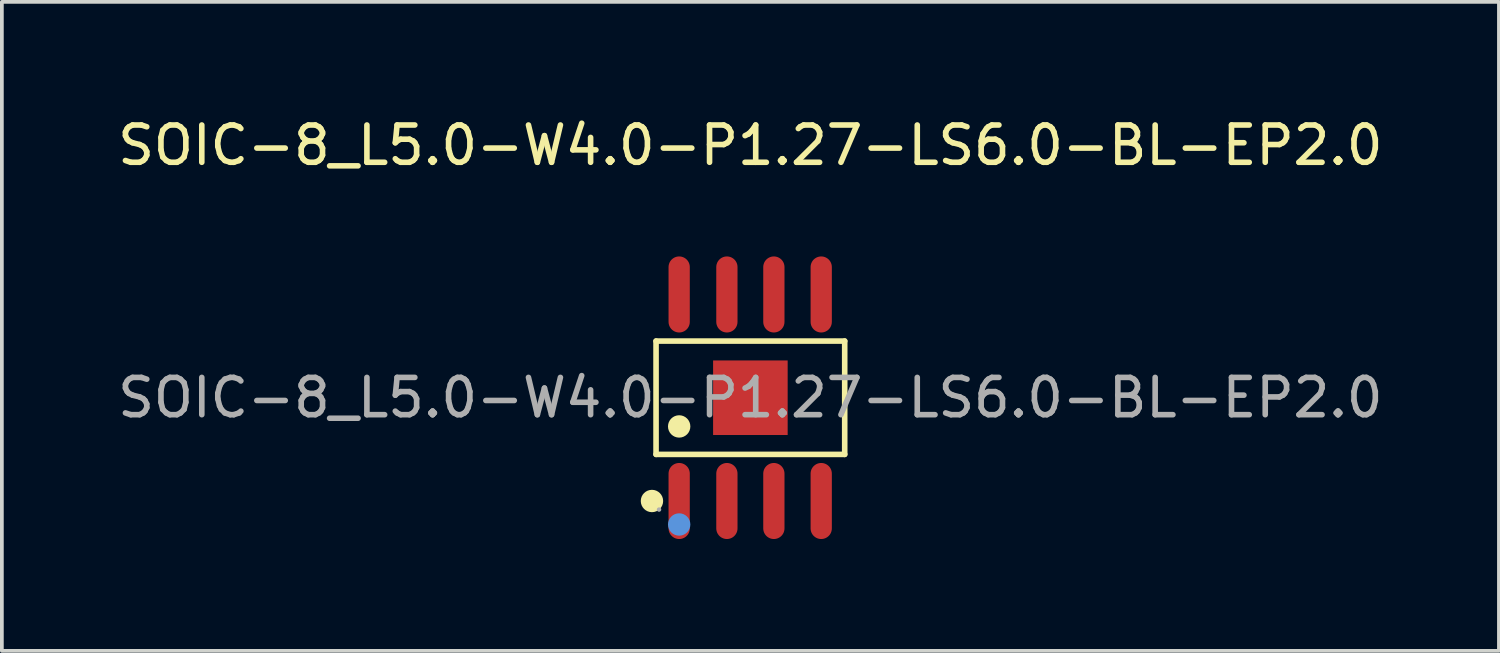
<source format=kicad_pcb>
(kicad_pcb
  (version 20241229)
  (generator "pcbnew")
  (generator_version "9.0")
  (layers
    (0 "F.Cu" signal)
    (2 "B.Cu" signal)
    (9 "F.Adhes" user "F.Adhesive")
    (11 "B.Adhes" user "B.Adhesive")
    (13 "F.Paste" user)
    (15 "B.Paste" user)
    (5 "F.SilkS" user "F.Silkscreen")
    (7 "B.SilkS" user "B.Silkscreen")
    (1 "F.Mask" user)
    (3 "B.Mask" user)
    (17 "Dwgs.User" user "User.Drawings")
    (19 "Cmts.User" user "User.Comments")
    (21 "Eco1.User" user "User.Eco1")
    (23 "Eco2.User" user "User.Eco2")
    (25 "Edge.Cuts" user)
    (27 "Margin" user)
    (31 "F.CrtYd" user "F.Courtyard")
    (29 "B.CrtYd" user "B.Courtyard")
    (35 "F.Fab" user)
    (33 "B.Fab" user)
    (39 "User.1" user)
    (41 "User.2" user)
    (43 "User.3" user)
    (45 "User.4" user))
  (footprint "SOIC-8_L5.0-W4.0-P1.27-LS6.0-BL-EP2.0"
    (layer "F.Cu")
    (at 17.077 7.618)
    (property "Reference" "SOIC-8_L5.0-W4.0-P1.27-LS6.0-BL-EP2.0" (at 0 -6.77 0) (layer "F.SilkS") (effects (font (size 1 1) (thickness 0.15))))
    (attr through_hole)
    (fp_line (start -2.53 -1.52) (end 2.53 -1.52) (stroke (width 0.15) (type solid)) (layer "F.SilkS"))
    (fp_line (start -2.53 1.52) (end -2.53 -1.52) (stroke (width 0.15) (type solid)) (layer "F.SilkS"))
    (fp_line (start 2.53 -1.52) (end 2.53 1.52) (stroke (width 0.15) (type solid)) (layer "F.SilkS"))
    (fp_line (start 2.53 1.52) (end -2.53 1.52) (stroke (width 0.15) (type solid)) (layer "F.SilkS"))
    (fp_circle (center -2.64 2.77) (end -2.49 2.77) (stroke (width 0.3) (type solid)) (fill no) (layer "F.SilkS"))
    (fp_circle (center -1.91 0.77) (end -1.76 0.77) (stroke (width 0.3) (type solid)) (fill no) (layer "F.SilkS"))
    (fp_circle (center -1.91 3.4) (end -1.76 3.4) (stroke (width 0.3) (type solid)) (fill no) (layer "Cmts.User"))
    (fp_circle (center -2.45 3) (end -2.42 3) (stroke (width 0.06) (type solid)) (fill no) (layer "F.Fab"))
    (fp_text user "${REFERENCE}" (at 0 0 0) (layer "F.Fab") (effects (font (size 1 1) (thickness 0.15))))
    (pad "1" smd oval (at -1.91 2.77) (size 0.57 2.04) (layers "F.Cu" "F.Mask" "F.Paste"))
    (pad "2" smd oval (at -0.63 2.77) (size 0.57 2.04) (layers "F.Cu" "F.Mask" "F.Paste"))
    (pad "3" smd oval (at 0.63 2.77) (size 0.57 2.04) (layers "F.Cu" "F.Mask" "F.Paste"))
    (pad "4" smd oval (at 1.9 2.77) (size 0.57 2.04) (layers "F.Cu" "F.Mask" "F.Paste"))
    (pad "5" smd oval (at 1.9 -2.77) (size 0.57 2.04) (layers "F.Cu" "F.Mask" "F.Paste"))
    (pad "6" smd oval (at 0.63 -2.77) (size 0.57 2.04) (layers "F.Cu" "F.Mask" "F.Paste"))
    (pad "7" smd oval (at -0.63 -2.77) (size 0.57 2.04) (layers "F.Cu" "F.Mask" "F.Paste"))
    (pad "8" smd oval (at -1.91 -2.77) (size 0.57 2.04) (layers "F.Cu" "F.Mask" "F.Paste"))
    (pad "9" smd rect (at 0 0) (size 2 2) (layers "F.Cu" "F.Mask" "F.Paste")))
  (gr_rect
    (start -3 -3)
    (end 37.155 14.408)
    (stroke (width 0.1) (type default))
    (fill no)
    (layer "Edge.Cuts")))
</source>
